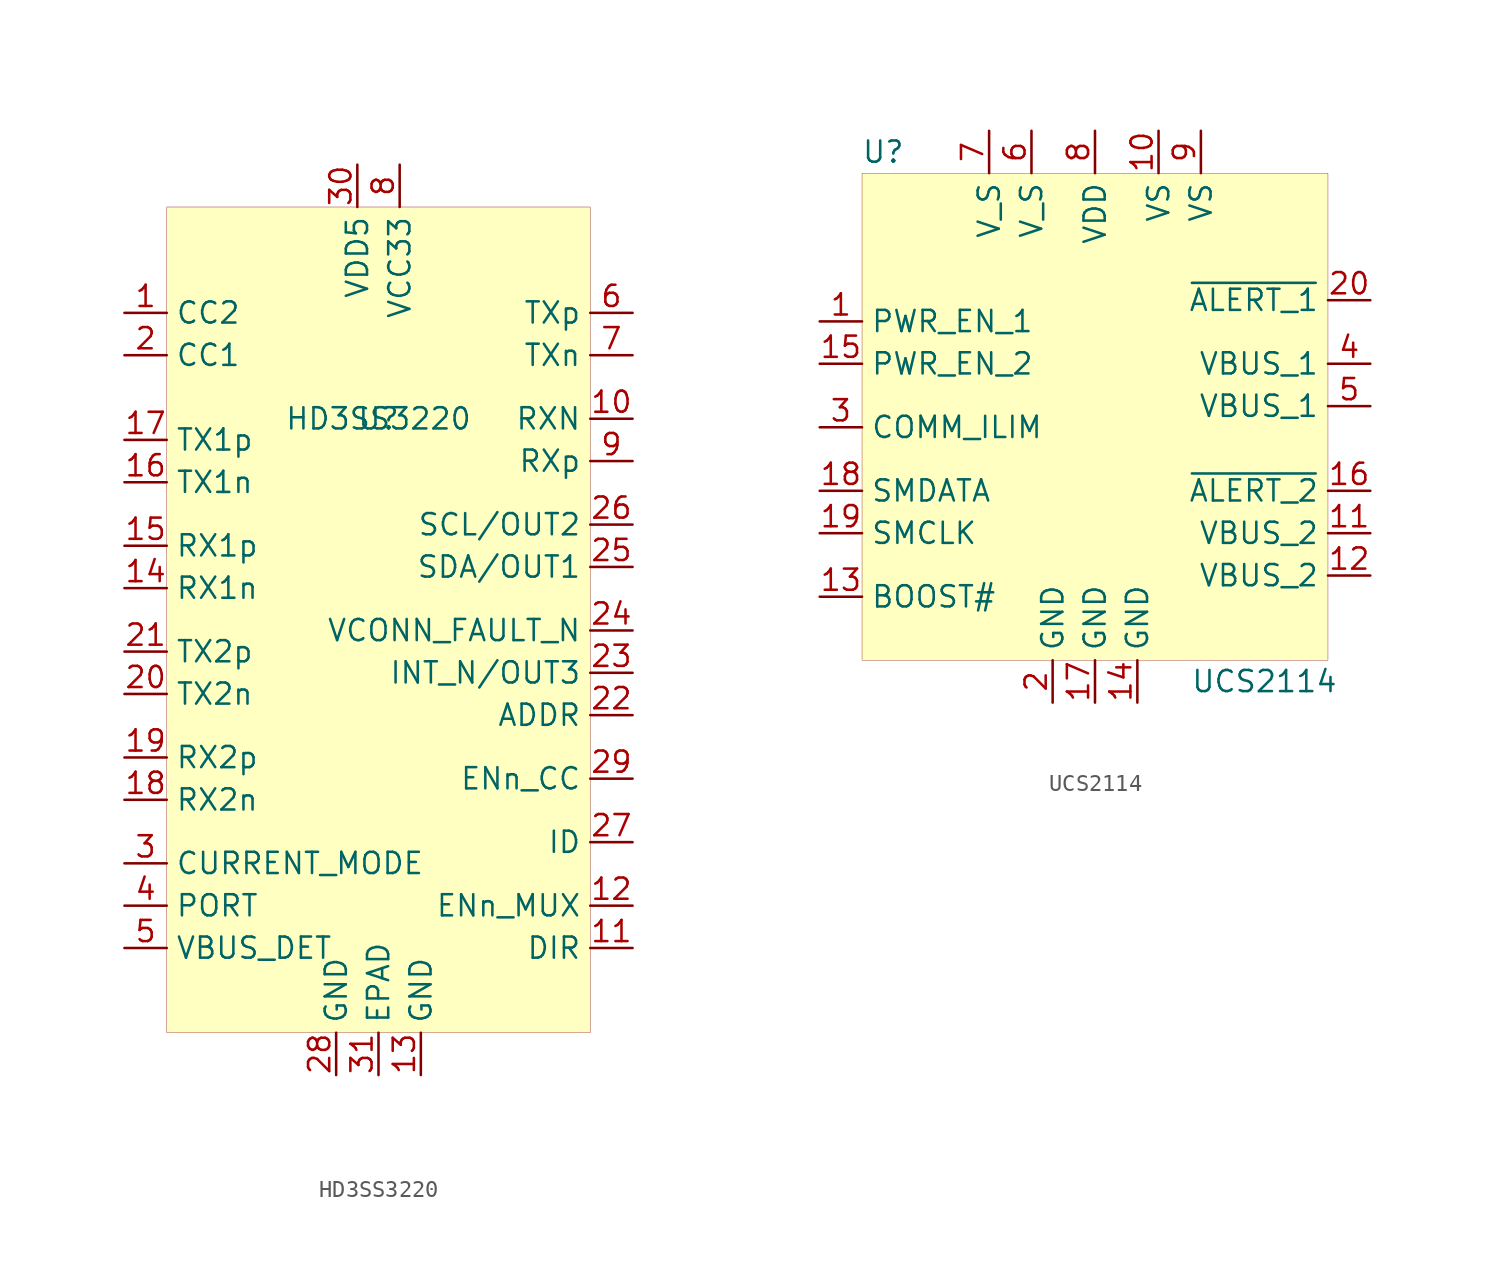
<source format=kicad_sym>
(kicad_symbol_lib
  (version 20201005)
  (generator kicad_symbol_editor)
  (symbol "mte_usb_hub:HD3SS3220"
    (property "Reference" "U"
      (at 0 12.7 0)
      (effects (font (size 1.27 1.27))))
    (property "Value" "HD3SS3220"
      (at 0 12.7 0)
      (effects (font (size 1.27 1.27))))
    (symbol "HD3SS3220_0_1"
      (rectangle (start -12.7 25.4) (end 12.7 -24.13) (stroke (width 0.001)) (fill (type background))))
    (symbol "HD3SS3220_1_0"
      (pin bidirectional line (at -15.24 19.05 0) (length 2.54) (name "CC2" (effects (font (size 1.27 1.27)))) (number "1" (effects (font (size 1.27 1.27)))))
      (pin bidirectional line (at -15.24 16.51 0) (length 2.54) (name "CC1" (effects (font (size 1.27 1.27)))) (number "2" (effects (font (size 1.27 1.27)))))
      (pin input line (at -15.24 -13.97 0) (length 2.54) (name "CURRENT_MODE" (effects (font (size 1.27 1.27)))) (number "3" (effects (font (size 1.27 1.27)))))
      (pin input line (at -15.24 -16.51 0) (length 2.54) (name "PORT" (effects (font (size 1.27 1.27)))) (number "4" (effects (font (size 1.27 1.27)))))
      (pin input line (at -15.24 -19.05 0) (length 2.54) (name "VBUS_DET" (effects (font (size 1.27 1.27)))) (number "5" (effects (font (size 1.27 1.27)))))
      (pin bidirectional line (at 15.24 19.05 180) (length 2.54) (name "TXp" (effects (font (size 1.27 1.27)))) (number "6" (effects (font (size 1.27 1.27)))))
      (pin bidirectional line (at 15.24 16.51 180) (length 2.54) (name "TXn" (effects (font (size 1.27 1.27)))) (number "7" (effects (font (size 1.27 1.27)))))
      (pin power_in line (at 1.27 27.94 270) (length 2.54) (name "VCC33" (effects (font (size 1.27 1.27)))) (number "8" (effects (font (size 1.27 1.27)))))
      (pin bidirectional line (at 15.24 10.16 180) (length 2.54) (name "RXp" (effects (font (size 1.27 1.27)))) (number "9" (effects (font (size 1.27 1.27)))))
      (pin bidirectional line (at 15.24 12.7 180) (length 2.54) (name "RXN" (effects (font (size 1.27 1.27)))) (number "10" (effects (font (size 1.27 1.27)))))
      (pin output line (at 15.24 -19.05 180) (length 2.54) (name "DIR" (effects (font (size 1.27 1.27)))) (number "11" (effects (font (size 1.27 1.27)))))
      (pin input line (at 15.24 -16.51 180) (length 2.54) (name "ENn_MUX" (effects (font (size 1.27 1.27)))) (number "12" (effects (font (size 1.27 1.27)))))
      (pin power_in line (at 2.54 -26.67 90) (length 2.54) (name "GND" (effects (font (size 1.27 1.27)))) (number "13" (effects (font (size 1.27 1.27)))))
      (pin bidirectional line (at -15.24 2.54 0) (length 2.54) (name "RX1n" (effects (font (size 1.27 1.27)))) (number "14" (effects (font (size 1.27 1.27)))))
      (pin bidirectional line (at -15.24 5.08 0) (length 2.54) (name "RX1p" (effects (font (size 1.27 1.27)))) (number "15" (effects (font (size 1.27 1.27)))))
      (pin bidirectional line (at -15.24 8.89 0) (length 2.54) (name "TX1n" (effects (font (size 1.27 1.27)))) (number "16" (effects (font (size 1.27 1.27)))))
      (pin bidirectional line (at -15.24 11.43 0) (length 2.54) (name "TX1p" (effects (font (size 1.27 1.27)))) (number "17" (effects (font (size 1.27 1.27)))))
      (pin bidirectional line (at -15.24 -10.16 0) (length 2.54) (name "RX2n" (effects (font (size 1.27 1.27)))) (number "18" (effects (font (size 1.27 1.27)))))
      (pin bidirectional line (at -15.24 -7.62 0) (length 2.54) (name "RX2p" (effects (font (size 1.27 1.27)))) (number "19" (effects (font (size 1.27 1.27)))))
      (pin bidirectional line (at -15.24 -3.81 0) (length 2.54) (name "TX2n" (effects (font (size 1.27 1.27)))) (number "20" (effects (font (size 1.27 1.27)))))
      (pin bidirectional line (at -15.24 -1.27 0) (length 2.54) (name "TX2p" (effects (font (size 1.27 1.27)))) (number "21" (effects (font (size 1.27 1.27)))))
      (pin input line (at 15.24 -5.08 180) (length 2.54) (name "ADDR" (effects (font (size 1.27 1.27)))) (number "22" (effects (font (size 1.27 1.27)))))
      (pin output line (at 15.24 -2.54 180) (length 2.54) (name "INT_N/OUT3" (effects (font (size 1.27 1.27)))) (number "23" (effects (font (size 1.27 1.27)))))
      (pin output line (at 15.24 0 180) (length 2.54) (name "VCONN_FAULT_N" (effects (font (size 1.27 1.27)))) (number "24" (effects (font (size 1.27 1.27)))))
      (pin bidirectional line (at 15.24 3.81 180) (length 2.54) (name "SDA/OUT1" (effects (font (size 1.27 1.27)))) (number "25" (effects (font (size 1.27 1.27)))))
      (pin bidirectional line (at 15.24 6.35 180) (length 2.54) (name "SCL/OUT2" (effects (font (size 1.27 1.27)))) (number "26" (effects (font (size 1.27 1.27)))))
      (pin output line (at 15.24 -12.7 180) (length 2.54) (name "ID" (effects (font (size 1.27 1.27)))) (number "27" (effects (font (size 1.27 1.27)))))
      (pin power_in line (at -2.54 -26.67 90) (length 2.54) (name "GND" (effects (font (size 1.27 1.27)))) (number "28" (effects (font (size 1.27 1.27)))))
      (pin input line (at 15.24 -8.89 180) (length 2.54) (name "ENn_CC" (effects (font (size 1.27 1.27)))) (number "29" (effects (font (size 1.27 1.27)))))
      (pin power_in line (at -1.27 27.94 270) (length 2.54) (name "VDD5" (effects (font (size 1.27 1.27)))) (number "30" (effects (font (size 1.27 1.27)))))
      (pin power_in line (at 0 -26.67 90) (length 2.54) (name "EPAD" (effects (font (size 1.27 1.27)))) (number "31" (effects (font (size 1.27 1.27)))))))
  (symbol "mte_usb_hub:UCS2114"
    (property "Reference" "U"
      (at -12.7 16.51 0)
      (effects (font (size 1.27 1.27))))
    (property "Value" "UCS2114"
      (at 10.16 -15.24 0)
      (effects (font (size 1.27 1.27))))
    (symbol "UCS2114_0_1"
      (rectangle (start -13.97 15.24) (end 13.97 -13.97) (stroke (width 0.001)) (fill (type background))))
    (symbol "UCS2114_1_0"
      (pin input line (at -16.51 6.35 0) (length 2.54) (name "PWR_EN_1" (effects (font (size 1.27 1.27)))) (number "1" (effects (font (size 1.27 1.27)))))
      (pin power_in line (at -2.54 -16.51 90) (length 2.54) (name "GND" (effects (font (size 1.27 1.27)))) (number "2" (effects (font (size 1.27 1.27)))))
      (pin bidirectional line (at -16.51 0 0) (length 2.54) (name "COMM_ILIM" (effects (font (size 1.27 1.27)))) (number "3" (effects (font (size 1.27 1.27)))))
      (pin power_out line (at 16.51 3.81 180) (length 2.54) (name "VBUS_1" (effects (font (size 1.27 1.27)))) (number "4" (effects (font (size 1.27 1.27)))))
      (pin power_out line (at 16.51 1.27 180) (length 2.54) (name "VBUS_1" (effects (font (size 1.27 1.27)))) (number "5" (effects (font (size 1.27 1.27)))))
      (pin power_in line (at -3.81 17.78 270) (length 2.54) (name "V_S" (effects (font (size 1.27 1.27)))) (number "6" (effects (font (size 1.27 1.27)))))
      (pin power_in line (at -6.35 17.78 270) (length 2.54) (name "V_S" (effects (font (size 1.27 1.27)))) (number "7" (effects (font (size 1.27 1.27)))))
      (pin power_in line (at 0 17.78 270) (length 2.54) (name "VDD" (effects (font (size 1.27 1.27)))) (number "8" (effects (font (size 1.27 1.27)))))
      (pin power_in line (at 6.35 17.78 270) (length 2.54) (name "VS" (effects (font (size 1.27 1.27)))) (number "9" (effects (font (size 1.27 1.27)))))
      (pin power_in line (at 3.81 17.78 270) (length 2.54) (name "VS" (effects (font (size 1.27 1.27)))) (number "10" (effects (font (size 1.27 1.27)))))
      (pin power_out line (at 16.51 -6.35 180) (length 2.54) (name "VBUS_2" (effects (font (size 1.27 1.27)))) (number "11" (effects (font (size 1.27 1.27)))))
      (pin power_out line (at 16.51 -8.89 180) (length 2.54) (name "VBUS_2" (effects (font (size 1.27 1.27)))) (number "12" (effects (font (size 1.27 1.27)))))
      (pin passive line (at -16.51 -10.16 0) (length 2.54) (name "BOOST#" (effects (font (size 1.27 1.27)))) (number "13" (effects (font (size 1.27 1.27)))))
      (pin power_in line (at 2.54 -16.51 90) (length 2.54) (name "GND" (effects (font (size 1.27 1.27)))) (number "14" (effects (font (size 1.27 1.27)))))
      (pin input line (at -16.51 3.81 0) (length 2.54) (name "PWR_EN_2" (effects (font (size 1.27 1.27)))) (number "15" (effects (font (size 1.27 1.27)))))
      (pin output line (at 16.51 -3.81 180) (length 2.54) (name "~ALERT_2" (effects (font (size 1.27 1.27)))) (number "16" (effects (font (size 1.27 1.27)))))
      (pin power_in line (at 0 -16.51 90) (length 2.54) (name "GND" (effects (font (size 1.27 1.27)))) (number "17" (effects (font (size 1.27 1.27)))))
      (pin open_collector line (at -16.51 -3.81 0) (length 2.54) (name "SMDATA" (effects (font (size 1.27 1.27)))) (number "18" (effects (font (size 1.27 1.27)))))
      (pin input line (at -16.51 -6.35 0) (length 2.54) (name "SMCLK" (effects (font (size 1.27 1.27)))) (number "19" (effects (font (size 1.27 1.27)))))
      (pin output line (at 16.51 7.62 180) (length 2.54) (name "~ALERT_1" (effects (font (size 1.27 1.27)))) (number "20" (effects (font (size 1.27 1.27))))))))
</source>
